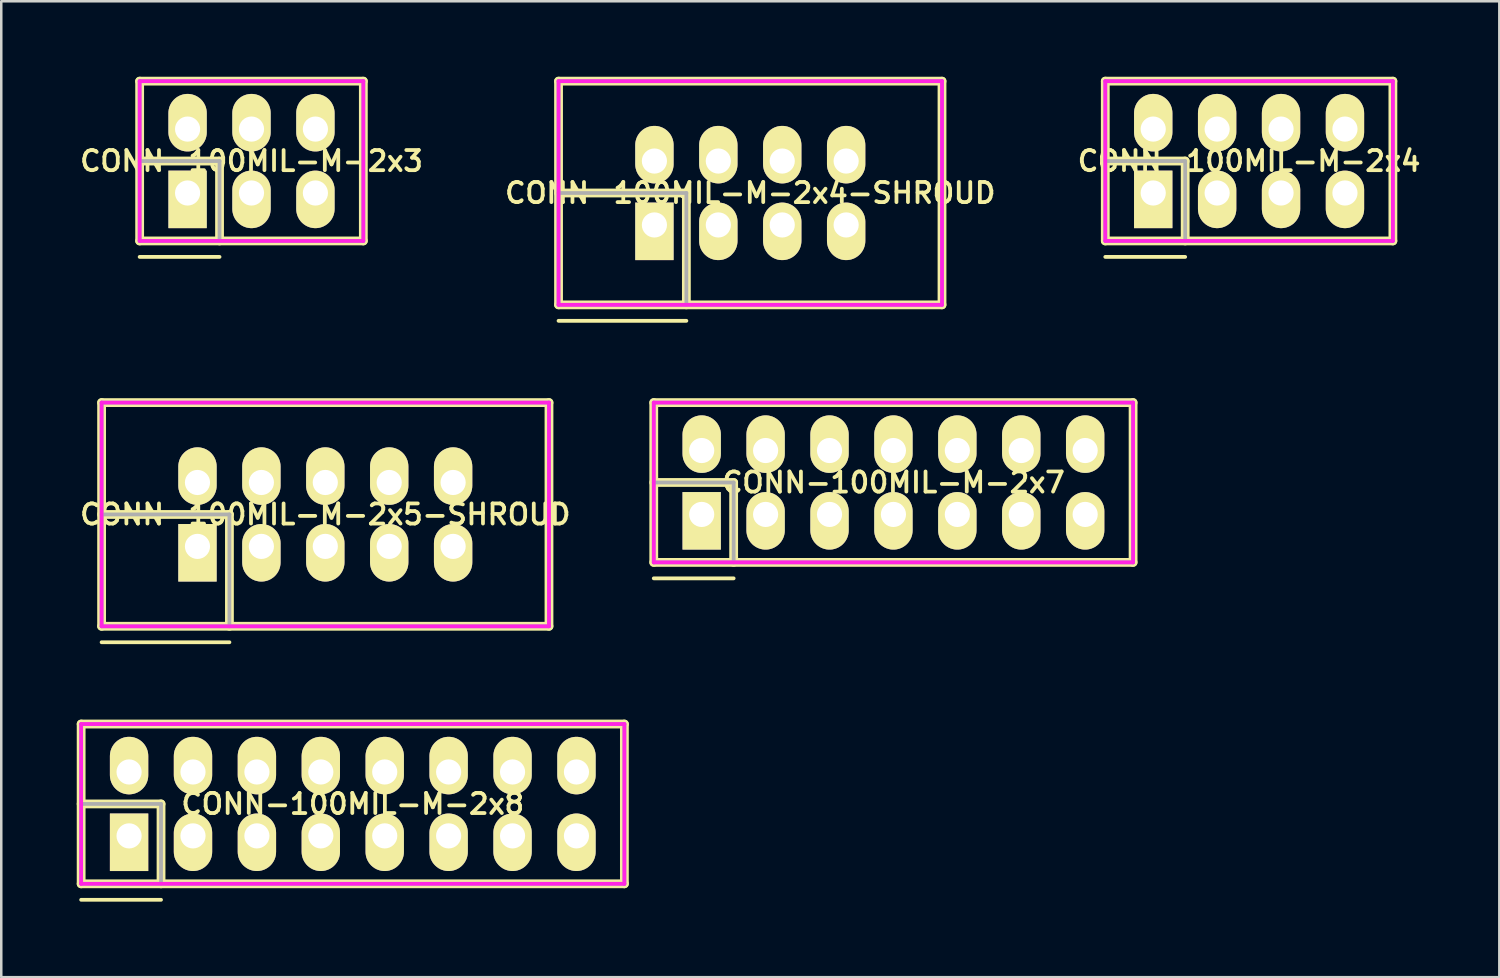
<source format=kicad_pcb>
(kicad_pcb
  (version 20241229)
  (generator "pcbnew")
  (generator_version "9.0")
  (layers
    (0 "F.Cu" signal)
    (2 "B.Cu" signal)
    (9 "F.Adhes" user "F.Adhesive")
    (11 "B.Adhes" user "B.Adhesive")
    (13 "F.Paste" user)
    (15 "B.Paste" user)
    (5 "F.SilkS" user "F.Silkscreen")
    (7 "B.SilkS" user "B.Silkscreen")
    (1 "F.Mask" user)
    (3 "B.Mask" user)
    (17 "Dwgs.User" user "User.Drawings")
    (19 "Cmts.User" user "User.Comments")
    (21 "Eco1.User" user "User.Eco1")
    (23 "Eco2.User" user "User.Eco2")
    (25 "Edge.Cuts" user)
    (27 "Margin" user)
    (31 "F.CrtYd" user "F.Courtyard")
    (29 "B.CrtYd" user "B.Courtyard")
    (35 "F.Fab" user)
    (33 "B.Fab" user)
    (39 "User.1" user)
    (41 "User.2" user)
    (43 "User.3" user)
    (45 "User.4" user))
  (footprint "CONN-100MIL-M-2x4"
    (layer "F.Cu")
    (at 46.592 3.35)
    (property "Reference" "CONN-100MIL-M-2x4" (at 0 0 0) (layer "F.SilkS") (effects (font (size 0.8 0.8) (thickness 0.15))))
    (attr through_hole)
    (fp_line (start -5.715 -3.175) (end 5.715 -3.175) (stroke (width 0.35) (type solid)) (layer "F.SilkS"))
    (fp_line (start -5.715 0) (end -2.54 0) (stroke (width 0.35) (type solid)) (layer "F.SilkS"))
    (fp_line (start -5.715 3.175) (end -5.715 -3.175) (stroke (width 0.35) (type solid)) (layer "F.SilkS"))
    (fp_line (start -5.715 3.81) (end -2.54 3.81) (stroke (width 0.15) (type solid)) (layer "F.SilkS"))
    (fp_line (start -2.54 0) (end -2.54 3.175) (stroke (width 0.35) (type solid)) (layer "F.SilkS"))
    (fp_line (start 5.715 -3.175) (end 5.715 3.175) (stroke (width 0.35) (type solid)) (layer "F.SilkS"))
    (fp_line (start 5.715 3.175) (end -5.715 3.175) (stroke (width 0.35) (type solid)) (layer "F.SilkS"))
    (fp_line (start -5.715 -3.175) (end 5.715 -3.175) (stroke (width 0.15) (type solid)) (layer "F.CrtYd"))
    (fp_line (start -5.715 3.175) (end -5.715 -3.175) (stroke (width 0.15) (type solid)) (layer "F.CrtYd"))
    (fp_line (start 5.715 -3.175) (end 5.715 3.175) (stroke (width 0.15) (type solid)) (layer "F.CrtYd"))
    (fp_line (start 5.715 3.175) (end -5.715 3.175) (stroke (width 0.15) (type solid)) (layer "F.CrtYd"))
    (fp_line (start -5.715 -3.175) (end 5.715 -3.175) (stroke (width 0.15) (type solid)) (layer "F.Fab"))
    (fp_line (start -5.715 0) (end -2.54 0) (stroke (width 0.15) (type solid)) (layer "F.Fab"))
    (fp_line (start -5.715 3.175) (end -5.715 -3.175) (stroke (width 0.15) (type solid)) (layer "F.Fab"))
    (fp_line (start -2.54 0) (end -2.54 3.175) (stroke (width 0.15) (type solid)) (layer "F.Fab"))
    (fp_line (start 5.715 -3.175) (end 5.715 3.175) (stroke (width 0.15) (type solid)) (layer "F.Fab"))
    (fp_line (start 5.715 3.175) (end -5.715 3.175) (stroke (width 0.15) (type solid)) (layer "F.Fab"))
    (pad "1" thru_hole rect (at -3.81 1.27) (size 1.524 2.286) (drill 1 (offset 0 0.254)) (layers "*.Cu" "*.Mask" "F.SilkS"))
    (pad "2" thru_hole oval (at -3.81 -1.27) (size 1.524 2.286) (drill 1 (offset 0 -0.254)) (layers "*.Cu" "*.Mask" "F.SilkS"))
    (pad "3" thru_hole oval (at -1.27 1.27) (size 1.524 2.286) (drill 1 (offset 0 0.254)) (layers "*.Cu" "*.Mask" "F.SilkS"))
    (pad "4" thru_hole oval (at -1.27 -1.27) (size 1.524 2.286) (drill 1 (offset 0 -0.254)) (layers "*.Cu" "*.Mask" "F.SilkS"))
    (pad "5" thru_hole oval (at 1.27 1.27) (size 1.524 2.286) (drill 1 (offset 0 0.254)) (layers "*.Cu" "*.Mask" "F.SilkS"))
    (pad "6" thru_hole oval (at 1.27 -1.27) (size 1.524 2.286) (drill 1 (offset 0 -0.254)) (layers "*.Cu" "*.Mask" "F.SilkS"))
    (pad "7" thru_hole oval (at 3.81 1.27) (size 1.524 2.286) (drill 1 (offset 0 0.254)) (layers "*.Cu" "*.Mask" "F.SilkS"))
    (pad "8" thru_hole oval (at 3.81 -1.27) (size 1.524 2.286) (drill 1 (offset 0 -0.254)) (layers "*.Cu" "*.Mask" "F.SilkS")))
  (footprint "CONN-100MIL-M-2x7"
    (layer "F.Cu")
    (at 32.457 16.125)
    (property "Reference" "CONN-100MIL-M-2x7" (at 0 0 0) (layer "F.SilkS") (effects (font (size 0.8 0.8) (thickness 0.15))))
    (attr through_hole)
    (fp_line (start -9.525 -3.175) (end 9.525 -3.175) (stroke (width 0.35) (type solid)) (layer "F.SilkS"))
    (fp_line (start -9.525 0) (end -6.35 0) (stroke (width 0.35) (type solid)) (layer "F.SilkS"))
    (fp_line (start -9.525 3.175) (end -9.525 -3.175) (stroke (width 0.35) (type solid)) (layer "F.SilkS"))
    (fp_line (start -9.525 3.81) (end -6.35 3.81) (stroke (width 0.15) (type solid)) (layer "F.SilkS"))
    (fp_line (start -6.35 0) (end -6.35 3.175) (stroke (width 0.35) (type solid)) (layer "F.SilkS"))
    (fp_line (start 9.525 -3.175) (end 9.525 3.175) (stroke (width 0.35) (type solid)) (layer "F.SilkS"))
    (fp_line (start 9.525 3.175) (end -9.525 3.175) (stroke (width 0.35) (type solid)) (layer "F.SilkS"))
    (fp_line (start -9.525 -3.175) (end 9.525 -3.175) (stroke (width 0.15) (type solid)) (layer "F.CrtYd"))
    (fp_line (start -9.525 3.175) (end -9.525 -3.175) (stroke (width 0.15) (type solid)) (layer "F.CrtYd"))
    (fp_line (start 9.525 -3.175) (end 9.525 3.175) (stroke (width 0.15) (type solid)) (layer "F.CrtYd"))
    (fp_line (start 9.525 3.175) (end -9.525 3.175) (stroke (width 0.15) (type solid)) (layer "F.CrtYd"))
    (fp_line (start -9.525 -3.175) (end 9.525 -3.175) (stroke (width 0.15) (type solid)) (layer "F.Fab"))
    (fp_line (start -9.525 0) (end -6.35 0) (stroke (width 0.15) (type solid)) (layer "F.Fab"))
    (fp_line (start -9.525 3.175) (end -9.525 -3.175) (stroke (width 0.15) (type solid)) (layer "F.Fab"))
    (fp_line (start -6.35 0) (end -6.35 3.175) (stroke (width 0.15) (type solid)) (layer "F.Fab"))
    (fp_line (start 9.525 -3.175) (end 9.525 3.175) (stroke (width 0.15) (type solid)) (layer "F.Fab"))
    (fp_line (start 9.525 3.175) (end -9.525 3.175) (stroke (width 0.15) (type solid)) (layer "F.Fab"))
    (pad "1" thru_hole rect (at -7.62 1.27) (size 1.524 2.286) (drill 1 (offset 0 0.254)) (layers "*.Cu" "*.Mask" "F.SilkS"))
    (pad "2" thru_hole oval (at -7.62 -1.27) (size 1.524 2.286) (drill 1 (offset 0 -0.254)) (layers "*.Cu" "*.Mask" "F.SilkS"))
    (pad "3" thru_hole oval (at -5.08 1.27) (size 1.524 2.286) (drill 1 (offset 0 0.254)) (layers "*.Cu" "*.Mask" "F.SilkS"))
    (pad "4" thru_hole oval (at -5.08 -1.27) (size 1.524 2.286) (drill 1 (offset 0 -0.254)) (layers "*.Cu" "*.Mask" "F.SilkS"))
    (pad "5" thru_hole oval (at -2.54 1.27) (size 1.524 2.286) (drill 1 (offset 0 0.254)) (layers "*.Cu" "*.Mask" "F.SilkS"))
    (pad "6" thru_hole oval (at -2.54 -1.27) (size 1.524 2.286) (drill 1 (offset 0 -0.254)) (layers "*.Cu" "*.Mask" "F.SilkS"))
    (pad "7" thru_hole oval (at 0 1.27) (size 1.524 2.286) (drill 1 (offset 0 0.254)) (layers "*.Cu" "*.Mask" "F.SilkS"))
    (pad "8" thru_hole oval (at 0 -1.27) (size 1.524 2.286) (drill 1 (offset 0 -0.254)) (layers "*.Cu" "*.Mask" "F.SilkS"))
    (pad "9" thru_hole oval (at 2.54 1.27) (size 1.524 2.286) (drill 1 (offset 0 0.254)) (layers "*.Cu" "*.Mask" "F.SilkS"))
    (pad "10" thru_hole oval (at 2.54 -1.27) (size 1.524 2.286) (drill 1 (offset 0 -0.254)) (layers "*.Cu" "*.Mask" "F.SilkS"))
    (pad "11" thru_hole oval (at 5.08 1.27) (size 1.524 2.286) (drill 1 (offset 0 0.254)) (layers "*.Cu" "*.Mask" "F.SilkS"))
    (pad "12" thru_hole oval (at 5.08 -1.27) (size 1.524 2.286) (drill 1 (offset 0 -0.254)) (layers "*.Cu" "*.Mask" "F.SilkS"))
    (pad "13" thru_hole oval (at 7.62 1.27) (size 1.524 2.286) (drill 1 (offset 0 0.254)) (layers "*.Cu" "*.Mask" "F.SilkS"))
    (pad "14" thru_hole oval (at 7.62 -1.27) (size 1.524 2.286) (drill 1 (offset 0 -0.254)) (layers "*.Cu" "*.Mask" "F.SilkS")))
  (footprint "CONN-100MIL-M-2x5-SHROUD"
    (layer "F.Cu")
    (at 9.878 17.395)
    (property "Reference" "CONN-100MIL-M-2x5-SHROUD" (at 0 0 0) (layer "F.SilkS") (effects (font (size 0.8 0.8) (thickness 0.15))))
    (attr through_hole)
    (fp_line (start -8.89 -4.445) (end 8.89 -4.445) (stroke (width 0.35) (type solid)) (layer "F.SilkS"))
    (fp_line (start -8.89 0) (end -3.81 0) (stroke (width 0.35) (type solid)) (layer "F.SilkS"))
    (fp_line (start -8.89 4.445) (end -8.89 -4.445) (stroke (width 0.35) (type solid)) (layer "F.SilkS"))
    (fp_line (start -8.89 5.08) (end -3.81 5.08) (stroke (width 0.15) (type solid)) (layer "F.SilkS"))
    (fp_line (start -3.81 0) (end -3.81 4.445) (stroke (width 0.35) (type solid)) (layer "F.SilkS"))
    (fp_line (start 8.89 -4.445) (end 8.89 4.445) (stroke (width 0.35) (type solid)) (layer "F.SilkS"))
    (fp_line (start 8.89 4.445) (end -8.89 4.445) (stroke (width 0.35) (type solid)) (layer "F.SilkS"))
    (fp_line (start -8.89 -4.445) (end 8.89 -4.445) (stroke (width 0.15) (type solid)) (layer "F.CrtYd"))
    (fp_line (start -8.89 4.445) (end -8.89 -4.445) (stroke (width 0.15) (type solid)) (layer "F.CrtYd"))
    (fp_line (start 8.89 -4.445) (end 8.89 4.445) (stroke (width 0.15) (type solid)) (layer "F.CrtYd"))
    (fp_line (start 8.89 4.445) (end -8.89 4.445) (stroke (width 0.15) (type solid)) (layer "F.CrtYd"))
    (fp_line (start -8.89 -4.445) (end 8.89 -4.445) (stroke (width 0.15) (type solid)) (layer "F.Fab"))
    (fp_line (start -8.89 0) (end -3.81 0) (stroke (width 0.15) (type solid)) (layer "F.Fab"))
    (fp_line (start -8.89 4.445) (end -8.89 -4.445) (stroke (width 0.15) (type solid)) (layer "F.Fab"))
    (fp_line (start -3.81 0) (end -3.81 4.445) (stroke (width 0.15) (type solid)) (layer "F.Fab"))
    (fp_line (start 8.89 -4.445) (end 8.89 4.445) (stroke (width 0.15) (type solid)) (layer "F.Fab"))
    (fp_line (start 8.89 4.445) (end -8.89 4.445) (stroke (width 0.15) (type solid)) (layer "F.Fab"))
    (pad "1" thru_hole rect (at -5.08 1.27) (size 1.524 2.286) (drill 1 (offset 0 0.254)) (layers "*.Cu" "*.Mask" "F.SilkS"))
    (pad "2" thru_hole oval (at -5.08 -1.27) (size 1.524 2.286) (drill 1 (offset 0 -0.254)) (layers "*.Cu" "*.Mask" "F.SilkS"))
    (pad "3" thru_hole oval (at -2.54 1.27) (size 1.524 2.286) (drill 1 (offset 0 0.254)) (layers "*.Cu" "*.Mask" "F.SilkS"))
    (pad "4" thru_hole oval (at -2.54 -1.27) (size 1.524 2.286) (drill 1 (offset 0 -0.254)) (layers "*.Cu" "*.Mask" "F.SilkS"))
    (pad "5" thru_hole oval (at 0 1.27) (size 1.524 2.286) (drill 1 (offset 0 0.254)) (layers "*.Cu" "*.Mask" "F.SilkS"))
    (pad "6" thru_hole oval (at 0 -1.27) (size 1.524 2.286) (drill 1 (offset 0 -0.254)) (layers "*.Cu" "*.Mask" "F.SilkS"))
    (pad "7" thru_hole oval (at 2.54 1.27) (size 1.524 2.286) (drill 1 (offset 0 0.254)) (layers "*.Cu" "*.Mask" "F.SilkS"))
    (pad "8" thru_hole oval (at 2.54 -1.27) (size 1.524 2.286) (drill 1 (offset 0 -0.254)) (layers "*.Cu" "*.Mask" "F.SilkS"))
    (pad "9" thru_hole oval (at 5.08 1.27) (size 1.524 2.286) (drill 1 (offset 0 0.254)) (layers "*.Cu" "*.Mask" "F.SilkS"))
    (pad "10" thru_hole oval (at 5.08 -1.27) (size 1.524 2.286) (drill 1 (offset 0 -0.254)) (layers "*.Cu" "*.Mask" "F.SilkS")))
  (footprint "CONN-100MIL-M-2x3"
    (layer "F.Cu")
    (at 6.945 3.35)
    (property "Reference" "CONN-100MIL-M-2x3" (at 0 0 0) (layer "F.SilkS") (effects (font (size 0.8 0.8) (thickness 0.15))))
    (attr through_hole)
    (fp_line (start -4.445 -3.175) (end 4.445 -3.175) (stroke (width 0.35) (type solid)) (layer "F.SilkS"))
    (fp_line (start -4.445 0) (end -1.27 0) (stroke (width 0.35) (type solid)) (layer "F.SilkS"))
    (fp_line (start -4.445 3.175) (end -4.445 -3.175) (stroke (width 0.35) (type solid)) (layer "F.SilkS"))
    (fp_line (start -4.445 3.81) (end -1.27 3.81) (stroke (width 0.15) (type solid)) (layer "F.SilkS"))
    (fp_line (start -1.27 0) (end -1.27 3.175) (stroke (width 0.35) (type solid)) (layer "F.SilkS"))
    (fp_line (start 4.445 -3.175) (end 4.445 3.175) (stroke (width 0.35) (type solid)) (layer "F.SilkS"))
    (fp_line (start 4.445 3.175) (end -4.445 3.175) (stroke (width 0.35) (type solid)) (layer "F.SilkS"))
    (fp_line (start -4.445 -3.175) (end 4.445 -3.175) (stroke (width 0.15) (type solid)) (layer "F.CrtYd"))
    (fp_line (start -4.445 3.175) (end -4.445 -3.175) (stroke (width 0.15) (type solid)) (layer "F.CrtYd"))
    (fp_line (start 4.445 -3.175) (end 4.445 3.175) (stroke (width 0.15) (type solid)) (layer "F.CrtYd"))
    (fp_line (start 4.445 3.175) (end -4.445 3.175) (stroke (width 0.15) (type solid)) (layer "F.CrtYd"))
    (fp_line (start -4.445 -3.175) (end 4.445 -3.175) (stroke (width 0.15) (type solid)) (layer "F.Fab"))
    (fp_line (start -4.445 0) (end -1.27 0) (stroke (width 0.15) (type solid)) (layer "F.Fab"))
    (fp_line (start -4.445 3.175) (end -4.445 -3.175) (stroke (width 0.15) (type solid)) (layer "F.Fab"))
    (fp_line (start -1.27 0) (end -1.27 3.175) (stroke (width 0.15) (type solid)) (layer "F.Fab"))
    (fp_line (start 4.445 -3.175) (end 4.445 3.175) (stroke (width 0.15) (type solid)) (layer "F.Fab"))
    (fp_line (start 4.445 3.175) (end -4.445 3.175) (stroke (width 0.15) (type solid)) (layer "F.Fab"))
    (pad "1" thru_hole rect (at -2.54 1.27) (size 1.524 2.286) (drill 1 (offset 0 0.254)) (layers "*.Cu" "*.Mask" "F.SilkS"))
    (pad "2" thru_hole oval (at -2.54 -1.27) (size 1.524 2.286) (drill 1 (offset 0 -0.254)) (layers "*.Cu" "*.Mask" "F.SilkS"))
    (pad "3" thru_hole oval (at 0 1.27) (size 1.524 2.286) (drill 1 (offset 0 0.254)) (layers "*.Cu" "*.Mask" "F.SilkS"))
    (pad "4" thru_hole oval (at 0 -1.27) (size 1.524 2.286) (drill 1 (offset 0 -0.254)) (layers "*.Cu" "*.Mask" "F.SilkS"))
    (pad "5" thru_hole oval (at 2.54 1.27) (size 1.524 2.286) (drill 1 (offset 0 0.254)) (layers "*.Cu" "*.Mask" "F.SilkS"))
    (pad "6" thru_hole oval (at 2.54 -1.27) (size 1.524 2.286) (drill 1 (offset 0 -0.254)) (layers "*.Cu" "*.Mask" "F.SilkS")))
  (footprint "CONN-100MIL-M-2x8"
    (layer "F.Cu")
    (at 10.97 28.9)
    (property "Reference" "CONN-100MIL-M-2x8" (at 0 0 0) (layer "F.SilkS") (effects (font (size 0.8 0.8) (thickness 0.15))))
    (attr through_hole)
    (fp_line (start -10.795 -3.175) (end 10.795 -3.175) (stroke (width 0.35) (type solid)) (layer "F.SilkS"))
    (fp_line (start -10.795 0) (end -7.62 0) (stroke (width 0.35) (type solid)) (layer "F.SilkS"))
    (fp_line (start -10.795 3.175) (end -10.795 -3.175) (stroke (width 0.35) (type solid)) (layer "F.SilkS"))
    (fp_line (start -10.795 3.81) (end -7.62 3.81) (stroke (width 0.15) (type solid)) (layer "F.SilkS"))
    (fp_line (start -7.62 0) (end -7.62 3.175) (stroke (width 0.35) (type solid)) (layer "F.SilkS"))
    (fp_line (start 10.795 -3.175) (end 10.795 3.175) (stroke (width 0.35) (type solid)) (layer "F.SilkS"))
    (fp_line (start 10.795 3.175) (end -10.795 3.175) (stroke (width 0.35) (type solid)) (layer "F.SilkS"))
    (fp_line (start -10.795 -3.175) (end 10.795 -3.175) (stroke (width 0.15) (type solid)) (layer "F.CrtYd"))
    (fp_line (start -10.795 3.175) (end -10.795 -3.175) (stroke (width 0.15) (type solid)) (layer "F.CrtYd"))
    (fp_line (start 10.795 -3.175) (end 10.795 3.175) (stroke (width 0.15) (type solid)) (layer "F.CrtYd"))
    (fp_line (start 10.795 3.175) (end -10.795 3.175) (stroke (width 0.15) (type solid)) (layer "F.CrtYd"))
    (fp_line (start -10.795 -3.175) (end 10.795 -3.175) (stroke (width 0.15) (type solid)) (layer "F.Fab"))
    (fp_line (start -10.795 0) (end -7.62 0) (stroke (width 0.15) (type solid)) (layer "F.Fab"))
    (fp_line (start -10.795 3.175) (end -10.795 -3.175) (stroke (width 0.15) (type solid)) (layer "F.Fab"))
    (fp_line (start -7.62 0) (end -7.62 3.175) (stroke (width 0.15) (type solid)) (layer "F.Fab"))
    (fp_line (start 10.795 -3.175) (end 10.795 3.175) (stroke (width 0.15) (type solid)) (layer "F.Fab"))
    (fp_line (start 10.795 3.175) (end -10.795 3.175) (stroke (width 0.15) (type solid)) (layer "F.Fab"))
    (pad "1" thru_hole rect (at -8.89 1.27) (size 1.524 2.286) (drill 1 (offset 0 0.254)) (layers "*.Cu" "*.Mask" "F.SilkS"))
    (pad "2" thru_hole oval (at -8.89 -1.27) (size 1.524 2.286) (drill 1 (offset 0 -0.254)) (layers "*.Cu" "*.Mask" "F.SilkS"))
    (pad "3" thru_hole oval (at -6.35 1.27) (size 1.524 2.286) (drill 1 (offset 0 0.254)) (layers "*.Cu" "*.Mask" "F.SilkS"))
    (pad "4" thru_hole oval (at -6.35 -1.27) (size 1.524 2.286) (drill 1 (offset 0 -0.254)) (layers "*.Cu" "*.Mask" "F.SilkS"))
    (pad "5" thru_hole oval (at -3.81 1.27) (size 1.524 2.286) (drill 1 (offset 0 0.254)) (layers "*.Cu" "*.Mask" "F.SilkS"))
    (pad "6" thru_hole oval (at -3.81 -1.27) (size 1.524 2.286) (drill 1 (offset 0 -0.254)) (layers "*.Cu" "*.Mask" "F.SilkS"))
    (pad "7" thru_hole oval (at -1.27 1.27) (size 1.524 2.286) (drill 1 (offset 0 0.254)) (layers "*.Cu" "*.Mask" "F.SilkS"))
    (pad "8" thru_hole oval (at -1.27 -1.27) (size 1.524 2.286) (drill 1 (offset 0 -0.254)) (layers "*.Cu" "*.Mask" "F.SilkS"))
    (pad "9" thru_hole oval (at 1.27 1.27) (size 1.524 2.286) (drill 1 (offset 0 0.254)) (layers "*.Cu" "*.Mask" "F.SilkS"))
    (pad "10" thru_hole oval (at 1.27 -1.27) (size 1.524 2.286) (drill 1 (offset 0 -0.254)) (layers "*.Cu" "*.Mask" "F.SilkS"))
    (pad "11" thru_hole oval (at 3.81 1.27) (size 1.524 2.286) (drill 1 (offset 0 0.254)) (layers "*.Cu" "*.Mask" "F.SilkS"))
    (pad "12" thru_hole oval (at 3.81 -1.27) (size 1.524 2.286) (drill 1 (offset 0 -0.254)) (layers "*.Cu" "*.Mask" "F.SilkS"))
    (pad "13" thru_hole oval (at 6.35 1.27) (size 1.524 2.286) (drill 1 (offset 0 0.254)) (layers "*.Cu" "*.Mask" "F.SilkS"))
    (pad "14" thru_hole oval (at 6.35 -1.27) (size 1.524 2.286) (drill 1 (offset 0 -0.254)) (layers "*.Cu" "*.Mask" "F.SilkS"))
    (pad "15" thru_hole oval (at 8.89 1.27) (size 1.524 2.286) (drill 1 (offset 0 0.254)) (layers "*.Cu" "*.Mask" "F.SilkS"))
    (pad "16" thru_hole oval (at 8.89 -1.27) (size 1.524 2.286) (drill 1 (offset 0 -0.254)) (layers "*.Cu" "*.Mask" "F.SilkS")))
  (footprint "CONN-100MIL-M-2x4-SHROUD"
    (layer "F.Cu")
    (at 26.768 4.62)
    (property "Reference" "CONN-100MIL-M-2x4-SHROUD" (at 0 0 0) (layer "F.SilkS") (effects (font (size 0.8 0.8) (thickness 0.15))))
    (attr through_hole)
    (fp_line (start -7.62 -4.445) (end 7.62 -4.445) (stroke (width 0.35) (type solid)) (layer "F.SilkS"))
    (fp_line (start -7.62 0) (end -2.54 0) (stroke (width 0.35) (type solid)) (layer "F.SilkS"))
    (fp_line (start -7.62 4.445) (end -7.62 -4.445) (stroke (width 0.35) (type solid)) (layer "F.SilkS"))
    (fp_line (start -7.62 5.08) (end -2.54 5.08) (stroke (width 0.15) (type solid)) (layer "F.SilkS"))
    (fp_line (start -2.54 0) (end -2.54 4.445) (stroke (width 0.35) (type solid)) (layer "F.SilkS"))
    (fp_line (start 7.62 -4.445) (end 7.62 4.445) (stroke (width 0.35) (type solid)) (layer "F.SilkS"))
    (fp_line (start 7.62 4.445) (end -7.62 4.445) (stroke (width 0.35) (type solid)) (layer "F.SilkS"))
    (fp_line (start -7.62 -4.445) (end 7.62 -4.445) (stroke (width 0.15) (type solid)) (layer "F.CrtYd"))
    (fp_line (start -7.62 4.445) (end -7.62 -4.445) (stroke (width 0.15) (type solid)) (layer "F.CrtYd"))
    (fp_line (start 7.62 -4.445) (end 7.62 4.445) (stroke (width 0.15) (type solid)) (layer "F.CrtYd"))
    (fp_line (start 7.62 4.445) (end -7.62 4.445) (stroke (width 0.15) (type solid)) (layer "F.CrtYd"))
    (fp_line (start -7.62 -4.445) (end 7.62 -4.445) (stroke (width 0.15) (type solid)) (layer "F.Fab"))
    (fp_line (start -7.62 0) (end -2.54 0) (stroke (width 0.15) (type solid)) (layer "F.Fab"))
    (fp_line (start -7.62 4.445) (end -7.62 -4.445) (stroke (width 0.15) (type solid)) (layer "F.Fab"))
    (fp_line (start -2.54 0) (end -2.54 4.445) (stroke (width 0.15) (type solid)) (layer "F.Fab"))
    (fp_line (start 7.62 -4.445) (end 7.62 4.445) (stroke (width 0.15) (type solid)) (layer "F.Fab"))
    (fp_line (start 7.62 4.445) (end -7.62 4.445) (stroke (width 0.15) (type solid)) (layer "F.Fab"))
    (pad "1" thru_hole rect (at -3.81 1.27) (size 1.524 2.286) (drill 1 (offset 0 0.254)) (layers "*.Cu" "*.Mask" "F.SilkS"))
    (pad "2" thru_hole oval (at -3.81 -1.27) (size 1.524 2.286) (drill 1 (offset 0 -0.254)) (layers "*.Cu" "*.Mask" "F.SilkS"))
    (pad "3" thru_hole oval (at -1.27 1.27) (size 1.524 2.286) (drill 1 (offset 0 0.254)) (layers "*.Cu" "*.Mask" "F.SilkS"))
    (pad "4" thru_hole oval (at -1.27 -1.27) (size 1.524 2.286) (drill 1 (offset 0 -0.254)) (layers "*.Cu" "*.Mask" "F.SilkS"))
    (pad "5" thru_hole oval (at 1.27 1.27) (size 1.524 2.286) (drill 1 (offset 0 0.254)) (layers "*.Cu" "*.Mask" "F.SilkS"))
    (pad "6" thru_hole oval (at 1.27 -1.27) (size 1.524 2.286) (drill 1 (offset 0 -0.254)) (layers "*.Cu" "*.Mask" "F.SilkS"))
    (pad "7" thru_hole oval (at 3.81 1.27) (size 1.524 2.286) (drill 1 (offset 0 0.254)) (layers "*.Cu" "*.Mask" "F.SilkS"))
    (pad "8" thru_hole oval (at 3.81 -1.27) (size 1.524 2.286) (drill 1 (offset 0 -0.254)) (layers "*.Cu" "*.Mask" "F.SilkS")))
  (gr_rect
    (start -3 -3)
    (end 56.537 35.785)
    (stroke (width 0.1) (type default))
    (fill no)
    (layer "Edge.Cuts")))
</source>
